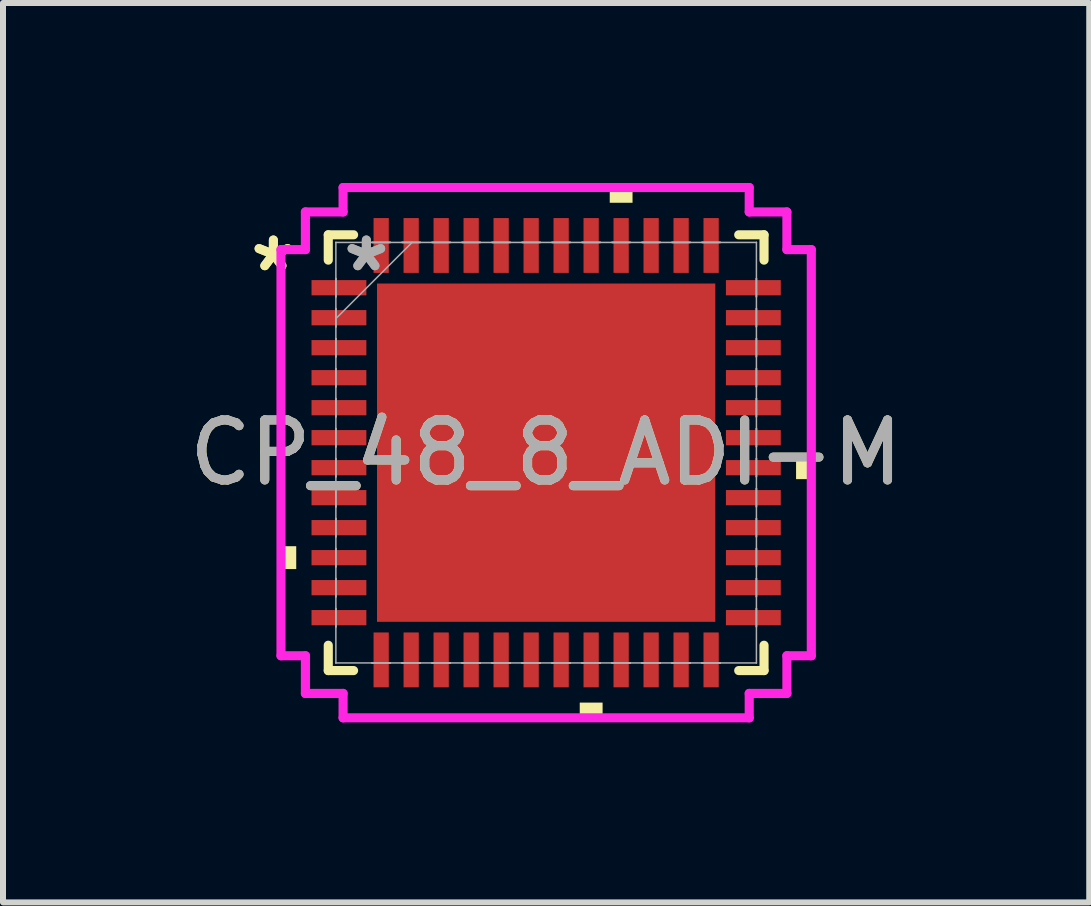
<source format=kicad_pcb>
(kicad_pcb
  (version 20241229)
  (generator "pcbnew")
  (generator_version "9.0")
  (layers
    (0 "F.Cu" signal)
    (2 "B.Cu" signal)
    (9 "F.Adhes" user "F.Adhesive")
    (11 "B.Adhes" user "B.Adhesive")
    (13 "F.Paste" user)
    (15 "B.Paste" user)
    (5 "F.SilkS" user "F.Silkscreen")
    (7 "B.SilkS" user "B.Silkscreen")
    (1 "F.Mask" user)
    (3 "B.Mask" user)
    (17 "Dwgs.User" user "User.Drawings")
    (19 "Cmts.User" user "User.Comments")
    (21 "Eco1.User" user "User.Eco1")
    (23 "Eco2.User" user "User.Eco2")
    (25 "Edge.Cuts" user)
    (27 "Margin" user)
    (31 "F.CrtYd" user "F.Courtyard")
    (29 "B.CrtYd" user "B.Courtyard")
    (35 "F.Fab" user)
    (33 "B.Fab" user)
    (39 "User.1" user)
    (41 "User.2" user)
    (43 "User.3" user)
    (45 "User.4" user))
  (footprint "CP_48_8_ADI-M"
    (layer "F.Cu")
    (at 6.054 4.496)
    (property "Reference" "CP_48_8_ADI-M" (at 0 0 0) (unlocked yes) (layer "F.SilkS") (effects (font (size 1 1) (thickness 0.15))))
    (attr smd)
    (fp_line (start -3.632 -3.632) (end -3.632 -3.21) (stroke (width 0.152) (type solid)) (layer "F.SilkS"))
    (fp_line (start -3.632 3.21) (end -3.632 3.632) (stroke (width 0.152) (type solid)) (layer "F.SilkS"))
    (fp_line (start -3.632 3.632) (end -3.21 3.632) (stroke (width 0.152) (type solid)) (layer "F.SilkS"))
    (fp_line (start -3.21 -3.632) (end -3.632 -3.632) (stroke (width 0.152) (type solid)) (layer "F.SilkS"))
    (fp_line (start 3.21 3.632) (end 3.632 3.632) (stroke (width 0.152) (type solid)) (layer "F.SilkS"))
    (fp_line (start 3.632 -3.632) (end 3.21 -3.632) (stroke (width 0.152) (type solid)) (layer "F.SilkS"))
    (fp_line (start 3.632 -3.21) (end 3.632 -3.632) (stroke (width 0.152) (type solid)) (layer "F.SilkS"))
    (fp_line (start 3.632 3.632) (end 3.632 3.21) (stroke (width 0.152) (type solid)) (layer "F.SilkS"))
    (fp_poly (pts (xy -4.42 1.559) (xy -4.42 1.94) (xy -4.166 1.94) (xy -4.166 1.559)) (stroke (width 0) (type solid)) (fill yes) (layer "F.SilkS"))
    (fp_poly (pts (xy 0.56 4.166) (xy 0.56 4.42) (xy 0.941 4.42) (xy 0.941 4.166)) (stroke (width 0) (type solid)) (fill yes) (layer "F.SilkS"))
    (fp_poly (pts (xy 1.06 -4.166) (xy 1.06 -4.42) (xy 1.44 -4.42) (xy 1.44 -4.166)) (stroke (width 0) (type solid)) (fill yes) (layer "F.SilkS"))
    (fp_poly (pts (xy 4.42 0.059) (xy 4.42 0.441) (xy 4.166 0.441) (xy 4.166 0.059)) (stroke (width 0) (type solid)) (fill yes) (layer "F.SilkS"))
    (fp_poly (pts (xy -2.719 -2.719) (xy -2.719 -1.51) (xy -1.51 -1.51) (xy -1.51 -2.719)) (stroke (width 0) (type solid)) (fill yes) (layer "F.Paste"))
    (fp_poly (pts (xy -2.719 -1.31) (xy -2.719 -0.1) (xy -1.51 -0.1) (xy -1.51 -1.31)) (stroke (width 0) (type solid)) (fill yes) (layer "F.Paste"))
    (fp_poly (pts (xy -2.719 0.1) (xy -2.719 1.31) (xy -1.51 1.31) (xy -1.51 0.1)) (stroke (width 0) (type solid)) (fill yes) (layer "F.Paste"))
    (fp_poly (pts (xy -2.719 1.51) (xy -2.719 2.719) (xy -1.51 2.719) (xy -1.51 1.51)) (stroke (width 0) (type solid)) (fill yes) (layer "F.Paste"))
    (fp_poly (pts (xy -1.31 -2.719) (xy -1.31 -1.51) (xy -0.1 -1.51) (xy -0.1 -2.719)) (stroke (width 0) (type solid)) (fill yes) (layer "F.Paste"))
    (fp_poly (pts (xy -1.31 -1.31) (xy -1.31 -0.1) (xy -0.1 -0.1) (xy -0.1 -1.31)) (stroke (width 0) (type solid)) (fill yes) (layer "F.Paste"))
    (fp_poly (pts (xy -1.31 0.1) (xy -1.31 1.31) (xy -0.1 1.31) (xy -0.1 0.1)) (stroke (width 0) (type solid)) (fill yes) (layer "F.Paste"))
    (fp_poly (pts (xy -1.31 1.51) (xy -1.31 2.719) (xy -0.1 2.719) (xy -0.1 1.51)) (stroke (width 0) (type solid)) (fill yes) (layer "F.Paste"))
    (fp_poly (pts (xy 0.1 -2.719) (xy 0.1 -1.51) (xy 1.31 -1.51) (xy 1.31 -2.719)) (stroke (width 0) (type solid)) (fill yes) (layer "F.Paste"))
    (fp_poly (pts (xy 0.1 -1.31) (xy 0.1 -0.1) (xy 1.31 -0.1) (xy 1.31 -1.31)) (stroke (width 0) (type solid)) (fill yes) (layer "F.Paste"))
    (fp_poly (pts (xy 0.1 0.1) (xy 0.1 1.31) (xy 1.31 1.31) (xy 1.31 0.1)) (stroke (width 0) (type solid)) (fill yes) (layer "F.Paste"))
    (fp_poly (pts (xy 0.1 1.51) (xy 0.1 2.719) (xy 1.31 2.719) (xy 1.31 1.51)) (stroke (width 0) (type solid)) (fill yes) (layer "F.Paste"))
    (fp_poly (pts (xy 1.51 -2.719) (xy 1.51 -1.51) (xy 2.719 -1.51) (xy 2.719 -2.719)) (stroke (width 0) (type solid)) (fill yes) (layer "F.Paste"))
    (fp_poly (pts (xy 1.51 -1.31) (xy 1.51 -0.1) (xy 2.719 -0.1) (xy 2.719 -1.31)) (stroke (width 0) (type solid)) (fill yes) (layer "F.Paste"))
    (fp_poly (pts (xy 1.51 0.1) (xy 1.51 1.31) (xy 2.719 1.31) (xy 2.719 0.1)) (stroke (width 0) (type solid)) (fill yes) (layer "F.Paste"))
    (fp_poly (pts (xy 1.51 1.51) (xy 1.51 2.719) (xy 2.719 2.719) (xy 2.719 1.51)) (stroke (width 0) (type solid)) (fill yes) (layer "F.Paste"))
    (fp_line (start -4.42 -3.385) (end -4.013 -3.385) (stroke (width 0.152) (type solid)) (layer "F.CrtYd"))
    (fp_line (start -4.42 3.385) (end -4.42 -3.385) (stroke (width 0.152) (type solid)) (layer "F.CrtYd"))
    (fp_line (start -4.013 -4.013) (end -3.385 -4.013) (stroke (width 0.152) (type solid)) (layer "F.CrtYd"))
    (fp_line (start -4.013 -3.385) (end -4.013 -4.013) (stroke (width 0.152) (type solid)) (layer "F.CrtYd"))
    (fp_line (start -4.013 3.385) (end -4.42 3.385) (stroke (width 0.152) (type solid)) (layer "F.CrtYd"))
    (fp_line (start -4.013 4.013) (end -4.013 3.385) (stroke (width 0.152) (type solid)) (layer "F.CrtYd"))
    (fp_line (start -3.385 -4.42) (end 3.385 -4.42) (stroke (width 0.152) (type solid)) (layer "F.CrtYd"))
    (fp_line (start -3.385 -4.013) (end -3.385 -4.42) (stroke (width 0.152) (type solid)) (layer "F.CrtYd"))
    (fp_line (start -3.385 4.013) (end -4.013 4.013) (stroke (width 0.152) (type solid)) (layer "F.CrtYd"))
    (fp_line (start -3.385 4.42) (end -3.385 4.013) (stroke (width 0.152) (type solid)) (layer "F.CrtYd"))
    (fp_line (start 3.385 -4.42) (end 3.385 -4.013) (stroke (width 0.152) (type solid)) (layer "F.CrtYd"))
    (fp_line (start 3.385 -4.013) (end 4.013 -4.013) (stroke (width 0.152) (type solid)) (layer "F.CrtYd"))
    (fp_line (start 3.385 4.013) (end 3.385 4.42) (stroke (width 0.152) (type solid)) (layer "F.CrtYd"))
    (fp_line (start 3.385 4.42) (end -3.385 4.42) (stroke (width 0.152) (type solid)) (layer "F.CrtYd"))
    (fp_line (start 4.013 -4.013) (end 4.013 -3.385) (stroke (width 0.152) (type solid)) (layer "F.CrtYd"))
    (fp_line (start 4.013 -3.385) (end 4.42 -3.385) (stroke (width 0.152) (type solid)) (layer "F.CrtYd"))
    (fp_line (start 4.013 3.385) (end 4.013 4.013) (stroke (width 0.152) (type solid)) (layer "F.CrtYd"))
    (fp_line (start 4.013 4.013) (end 3.385 4.013) (stroke (width 0.152) (type solid)) (layer "F.CrtYd"))
    (fp_line (start 4.42 -3.385) (end 4.42 3.385) (stroke (width 0.152) (type solid)) (layer "F.CrtYd"))
    (fp_line (start 4.42 3.385) (end 4.013 3.385) (stroke (width 0.152) (type solid)) (layer "F.CrtYd"))
    (fp_line (start -3.505 -3.505) (end -3.505 -3.505) (stroke (width 0.025) (type solid)) (layer "F.Fab"))
    (fp_line (start -3.505 -3.505) (end -3.505 3.505) (stroke (width 0.025) (type solid)) (layer "F.Fab"))
    (fp_line (start -3.505 -2.902) (end -3.505 -2.902) (stroke (width 0.025) (type solid)) (layer "F.Fab"))
    (fp_line (start -3.505 -2.902) (end -3.505 -2.598) (stroke (width 0.025) (type solid)) (layer "F.Fab"))
    (fp_line (start -3.505 -2.598) (end -3.505 -2.902) (stroke (width 0.025) (type solid)) (layer "F.Fab"))
    (fp_line (start -3.505 -2.598) (end -3.505 -2.598) (stroke (width 0.025) (type solid)) (layer "F.Fab"))
    (fp_line (start -3.505 -2.402) (end -3.505 -2.402) (stroke (width 0.025) (type solid)) (layer "F.Fab"))
    (fp_line (start -3.505 -2.402) (end -3.505 -2.098) (stroke (width 0.025) (type solid)) (layer "F.Fab"))
    (fp_line (start -3.505 -2.235) (end -2.235 -3.505) (stroke (width 0.025) (type solid)) (layer "F.Fab"))
    (fp_line (start -3.505 -2.098) (end -3.505 -2.402) (stroke (width 0.025) (type solid)) (layer "F.Fab"))
    (fp_line (start -3.505 -2.098) (end -3.505 -2.098) (stroke (width 0.025) (type solid)) (layer "F.Fab"))
    (fp_line (start -3.505 -1.902) (end -3.505 -1.902) (stroke (width 0.025) (type solid)) (layer "F.Fab"))
    (fp_line (start -3.505 -1.902) (end -3.505 -1.598) (stroke (width 0.025) (type solid)) (layer "F.Fab"))
    (fp_line (start -3.505 -1.598) (end -3.505 -1.902) (stroke (width 0.025) (type solid)) (layer "F.Fab"))
    (fp_line (start -3.505 -1.598) (end -3.505 -1.598) (stroke (width 0.025) (type solid)) (layer "F.Fab"))
    (fp_line (start -3.505 -1.402) (end -3.505 -1.402) (stroke (width 0.025) (type solid)) (layer "F.Fab"))
    (fp_line (start -3.505 -1.402) (end -3.505 -1.098) (stroke (width 0.025) (type solid)) (layer "F.Fab"))
    (fp_line (start -3.505 -1.098) (end -3.505 -1.402) (stroke (width 0.025) (type solid)) (layer "F.Fab"))
    (fp_line (start -3.505 -1.098) (end -3.505 -1.098) (stroke (width 0.025) (type solid)) (layer "F.Fab"))
    (fp_line (start -3.505 -0.902) (end -3.505 -0.902) (stroke (width 0.025) (type solid)) (layer "F.Fab"))
    (fp_line (start -3.505 -0.902) (end -3.505 -0.598) (stroke (width 0.025) (type solid)) (layer "F.Fab"))
    (fp_line (start -3.505 -0.598) (end -3.505 -0.902) (stroke (width 0.025) (type solid)) (layer "F.Fab"))
    (fp_line (start -3.505 -0.598) (end -3.505 -0.598) (stroke (width 0.025) (type solid)) (layer "F.Fab"))
    (fp_line (start -3.505 -0.402) (end -3.505 -0.402) (stroke (width 0.025) (type solid)) (layer "F.Fab"))
    (fp_line (start -3.505 -0.402) (end -3.505 -0.098) (stroke (width 0.025) (type solid)) (layer "F.Fab"))
    (fp_line (start -3.505 -0.098) (end -3.505 -0.402) (stroke (width 0.025) (type solid)) (layer "F.Fab"))
    (fp_line (start -3.505 -0.098) (end -3.505 -0.098) (stroke (width 0.025) (type solid)) (layer "F.Fab"))
    (fp_line (start -3.505 0.098) (end -3.505 0.098) (stroke (width 0.025) (type solid)) (layer "F.Fab"))
    (fp_line (start -3.505 0.098) (end -3.505 0.402) (stroke (width 0.025) (type solid)) (layer "F.Fab"))
    (fp_line (start -3.505 0.402) (end -3.505 0.098) (stroke (width 0.025) (type solid)) (layer "F.Fab"))
    (fp_line (start -3.505 0.402) (end -3.505 0.402) (stroke (width 0.025) (type solid)) (layer "F.Fab"))
    (fp_line (start -3.505 0.598) (end -3.505 0.598) (stroke (width 0.025) (type solid)) (layer "F.Fab"))
    (fp_line (start -3.505 0.598) (end -3.505 0.902) (stroke (width 0.025) (type solid)) (layer "F.Fab"))
    (fp_line (start -3.505 0.902) (end -3.505 0.598) (stroke (width 0.025) (type solid)) (layer "F.Fab"))
    (fp_line (start -3.505 0.902) (end -3.505 0.902) (stroke (width 0.025) (type solid)) (layer "F.Fab"))
    (fp_line (start -3.505 1.098) (end -3.505 1.098) (stroke (width 0.025) (type solid)) (layer "F.Fab"))
    (fp_line (start -3.505 1.098) (end -3.505 1.402) (stroke (width 0.025) (type solid)) (layer "F.Fab"))
    (fp_line (start -3.505 1.402) (end -3.505 1.098) (stroke (width 0.025) (type solid)) (layer "F.Fab"))
    (fp_line (start -3.505 1.402) (end -3.505 1.402) (stroke (width 0.025) (type solid)) (layer "F.Fab"))
    (fp_line (start -3.505 1.598) (end -3.505 1.598) (stroke (width 0.025) (type solid)) (layer "F.Fab"))
    (fp_line (start -3.505 1.598) (end -3.505 1.902) (stroke (width 0.025) (type solid)) (layer "F.Fab"))
    (fp_line (start -3.505 1.902) (end -3.505 1.598) (stroke (width 0.025) (type solid)) (layer "F.Fab"))
    (fp_line (start -3.505 1.902) (end -3.505 1.902) (stroke (width 0.025) (type solid)) (layer "F.Fab"))
    (fp_line (start -3.505 2.098) (end -3.505 2.098) (stroke (width 0.025) (type solid)) (layer "F.Fab"))
    (fp_line (start -3.505 2.098) (end -3.505 2.402) (stroke (width 0.025) (type solid)) (layer "F.Fab"))
    (fp_line (start -3.505 2.402) (end -3.505 2.098) (stroke (width 0.025) (type solid)) (layer "F.Fab"))
    (fp_line (start -3.505 2.402) (end -3.505 2.402) (stroke (width 0.025) (type solid)) (layer "F.Fab"))
    (fp_line (start -3.505 2.598) (end -3.505 2.598) (stroke (width 0.025) (type solid)) (layer "F.Fab"))
    (fp_line (start -3.505 2.598) (end -3.505 2.902) (stroke (width 0.025) (type solid)) (layer "F.Fab"))
    (fp_line (start -3.505 2.902) (end -3.505 2.598) (stroke (width 0.025) (type solid)) (layer "F.Fab"))
    (fp_line (start -3.505 2.902) (end -3.505 2.902) (stroke (width 0.025) (type solid)) (layer "F.Fab"))
    (fp_line (start -3.505 3.505) (end -3.505 3.505) (stroke (width 0.025) (type solid)) (layer "F.Fab"))
    (fp_line (start -3.505 3.505) (end 3.505 3.505) (stroke (width 0.025) (type solid)) (layer "F.Fab"))
    (fp_line (start -2.902 -3.505) (end -2.902 -3.505) (stroke (width 0.025) (type solid)) (layer "F.Fab"))
    (fp_line (start -2.902 -3.505) (end -2.598 -3.505) (stroke (width 0.025) (type solid)) (layer "F.Fab"))
    (fp_line (start -2.902 3.505) (end -2.902 3.505) (stroke (width 0.025) (type solid)) (layer "F.Fab"))
    (fp_line (start -2.902 3.505) (end -2.598 3.505) (stroke (width 0.025) (type solid)) (layer "F.Fab"))
    (fp_line (start -2.598 -3.505) (end -2.902 -3.505) (stroke (width 0.025) (type solid)) (layer "F.Fab"))
    (fp_line (start -2.598 -3.505) (end -2.598 -3.505) (stroke (width 0.025) (type solid)) (layer "F.Fab"))
    (fp_line (start -2.598 3.505) (end -2.902 3.505) (stroke (width 0.025) (type solid)) (layer "F.Fab"))
    (fp_line (start -2.598 3.505) (end -2.598 3.505) (stroke (width 0.025) (type solid)) (layer "F.Fab"))
    (fp_line (start -2.402 -3.505) (end -2.402 -3.505) (stroke (width 0.025) (type solid)) (layer "F.Fab"))
    (fp_line (start -2.402 -3.505) (end -2.098 -3.505) (stroke (width 0.025) (type solid)) (layer "F.Fab"))
    (fp_line (start -2.402 3.505) (end -2.402 3.505) (stroke (width 0.025) (type solid)) (layer "F.Fab"))
    (fp_line (start -2.402 3.505) (end -2.098 3.505) (stroke (width 0.025) (type solid)) (layer "F.Fab"))
    (fp_line (start -2.098 -3.505) (end -2.402 -3.505) (stroke (width 0.025) (type solid)) (layer "F.Fab"))
    (fp_line (start -2.098 -3.505) (end -2.098 -3.505) (stroke (width 0.025) (type solid)) (layer "F.Fab"))
    (fp_line (start -2.098 3.505) (end -2.402 3.505) (stroke (width 0.025) (type solid)) (layer "F.Fab"))
    (fp_line (start -2.098 3.505) (end -2.098 3.505) (stroke (width 0.025) (type solid)) (layer "F.Fab"))
    (fp_line (start -1.902 -3.505) (end -1.902 -3.505) (stroke (width 0.025) (type solid)) (layer "F.Fab"))
    (fp_line (start -1.902 -3.505) (end -1.598 -3.505) (stroke (width 0.025) (type solid)) (layer "F.Fab"))
    (fp_line (start -1.902 3.505) (end -1.902 3.505) (stroke (width 0.025) (type solid)) (layer "F.Fab"))
    (fp_line (start -1.902 3.505) (end -1.598 3.505) (stroke (width 0.025) (type solid)) (layer "F.Fab"))
    (fp_line (start -1.598 -3.505) (end -1.902 -3.505) (stroke (width 0.025) (type solid)) (layer "F.Fab"))
    (fp_line (start -1.598 -3.505) (end -1.598 -3.505) (stroke (width 0.025) (type solid)) (layer "F.Fab"))
    (fp_line (start -1.598 3.505) (end -1.902 3.505) (stroke (width 0.025) (type solid)) (layer "F.Fab"))
    (fp_line (start -1.598 3.505) (end -1.598 3.505) (stroke (width 0.025) (type solid)) (layer "F.Fab"))
    (fp_line (start -1.402 -3.505) (end -1.402 -3.505) (stroke (width 0.025) (type solid)) (layer "F.Fab"))
    (fp_line (start -1.402 -3.505) (end -1.098 -3.505) (stroke (width 0.025) (type solid)) (layer "F.Fab"))
    (fp_line (start -1.402 3.505) (end -1.402 3.505) (stroke (width 0.025) (type solid)) (layer "F.Fab"))
    (fp_line (start -1.402 3.505) (end -1.098 3.505) (stroke (width 0.025) (type solid)) (layer "F.Fab"))
    (fp_line (start -1.098 -3.505) (end -1.402 -3.505) (stroke (width 0.025) (type solid)) (layer "F.Fab"))
    (fp_line (start -1.098 -3.505) (end -1.098 -3.505) (stroke (width 0.025) (type solid)) (layer "F.Fab"))
    (fp_line (start -1.098 3.505) (end -1.402 3.505) (stroke (width 0.025) (type solid)) (layer "F.Fab"))
    (fp_line (start -1.098 3.505) (end -1.098 3.505) (stroke (width 0.025) (type solid)) (layer "F.Fab"))
    (fp_line (start -0.902 -3.505) (end -0.902 -3.505) (stroke (width 0.025) (type solid)) (layer "F.Fab"))
    (fp_line (start -0.902 -3.505) (end -0.598 -3.505) (stroke (width 0.025) (type solid)) (layer "F.Fab"))
    (fp_line (start -0.902 3.505) (end -0.902 3.505) (stroke (width 0.025) (type solid)) (layer "F.Fab"))
    (fp_line (start -0.902 3.505) (end -0.598 3.505) (stroke (width 0.025) (type solid)) (layer "F.Fab"))
    (fp_line (start -0.598 -3.505) (end -0.902 -3.505) (stroke (width 0.025) (type solid)) (layer "F.Fab"))
    (fp_line (start -0.598 -3.505) (end -0.598 -3.505) (stroke (width 0.025) (type solid)) (layer "F.Fab"))
    (fp_line (start -0.598 3.505) (end -0.902 3.505) (stroke (width 0.025) (type solid)) (layer "F.Fab"))
    (fp_line (start -0.598 3.505) (end -0.598 3.505) (stroke (width 0.025) (type solid)) (layer "F.Fab"))
    (fp_line (start -0.402 -3.505) (end -0.402 -3.505) (stroke (width 0.025) (type solid)) (layer "F.Fab"))
    (fp_line (start -0.402 -3.505) (end -0.098 -3.505) (stroke (width 0.025) (type solid)) (layer "F.Fab"))
    (fp_line (start -0.402 3.505) (end -0.402 3.505) (stroke (width 0.025) (type solid)) (layer "F.Fab"))
    (fp_line (start -0.402 3.505) (end -0.098 3.505) (stroke (width 0.025) (type solid)) (layer "F.Fab"))
    (fp_line (start -0.098 -3.505) (end -0.402 -3.505) (stroke (width 0.025) (type solid)) (layer "F.Fab"))
    (fp_line (start -0.098 -3.505) (end -0.098 -3.505) (stroke (width 0.025) (type solid)) (layer "F.Fab"))
    (fp_line (start -0.098 3.505) (end -0.402 3.505) (stroke (width 0.025) (type solid)) (layer "F.Fab"))
    (fp_line (start -0.098 3.505) (end -0.098 3.505) (stroke (width 0.025) (type solid)) (layer "F.Fab"))
    (fp_line (start 0.098 -3.505) (end 0.098 -3.505) (stroke (width 0.025) (type solid)) (layer "F.Fab"))
    (fp_line (start 0.098 -3.505) (end 0.402 -3.505) (stroke (width 0.025) (type solid)) (layer "F.Fab"))
    (fp_line (start 0.098 3.505) (end 0.098 3.505) (stroke (width 0.025) (type solid)) (layer "F.Fab"))
    (fp_line (start 0.098 3.505) (end 0.402 3.505) (stroke (width 0.025) (type solid)) (layer "F.Fab"))
    (fp_line (start 0.402 -3.505) (end 0.098 -3.505) (stroke (width 0.025) (type solid)) (layer "F.Fab"))
    (fp_line (start 0.402 -3.505) (end 0.402 -3.505) (stroke (width 0.025) (type solid)) (layer "F.Fab"))
    (fp_line (start 0.402 3.505) (end 0.098 3.505) (stroke (width 0.025) (type solid)) (layer "F.Fab"))
    (fp_line (start 0.402 3.505) (end 0.402 3.505) (stroke (width 0.025) (type solid)) (layer "F.Fab"))
    (fp_line (start 0.598 -3.505) (end 0.598 -3.505) (stroke (width 0.025) (type solid)) (layer "F.Fab"))
    (fp_line (start 0.598 -3.505) (end 0.902 -3.505) (stroke (width 0.025) (type solid)) (layer "F.Fab"))
    (fp_line (start 0.598 3.505) (end 0.598 3.505) (stroke (width 0.025) (type solid)) (layer "F.Fab"))
    (fp_line (start 0.598 3.505) (end 0.902 3.505) (stroke (width 0.025) (type solid)) (layer "F.Fab"))
    (fp_line (start 0.902 -3.505) (end 0.598 -3.505) (stroke (width 0.025) (type solid)) (layer "F.Fab"))
    (fp_line (start 0.902 -3.505) (end 0.902 -3.505) (stroke (width 0.025) (type solid)) (layer "F.Fab"))
    (fp_line (start 0.902 3.505) (end 0.598 3.505) (stroke (width 0.025) (type solid)) (layer "F.Fab"))
    (fp_line (start 0.902 3.505) (end 0.902 3.505) (stroke (width 0.025) (type solid)) (layer "F.Fab"))
    (fp_line (start 1.098 -3.505) (end 1.098 -3.505) (stroke (width 0.025) (type solid)) (layer "F.Fab"))
    (fp_line (start 1.098 -3.505) (end 1.402 -3.505) (stroke (width 0.025) (type solid)) (layer "F.Fab"))
    (fp_line (start 1.098 3.505) (end 1.098 3.505) (stroke (width 0.025) (type solid)) (layer "F.Fab"))
    (fp_line (start 1.098 3.505) (end 1.402 3.505) (stroke (width 0.025) (type solid)) (layer "F.Fab"))
    (fp_line (start 1.402 -3.505) (end 1.098 -3.505) (stroke (width 0.025) (type solid)) (layer "F.Fab"))
    (fp_line (start 1.402 -3.505) (end 1.402 -3.505) (stroke (width 0.025) (type solid)) (layer "F.Fab"))
    (fp_line (start 1.402 3.505) (end 1.098 3.505) (stroke (width 0.025) (type solid)) (layer "F.Fab"))
    (fp_line (start 1.402 3.505) (end 1.402 3.505) (stroke (width 0.025) (type solid)) (layer "F.Fab"))
    (fp_line (start 1.598 -3.505) (end 1.598 -3.505) (stroke (width 0.025) (type solid)) (layer "F.Fab"))
    (fp_line (start 1.598 -3.505) (end 1.902 -3.505) (stroke (width 0.025) (type solid)) (layer "F.Fab"))
    (fp_line (start 1.598 3.505) (end 1.598 3.505) (stroke (width 0.025) (type solid)) (layer "F.Fab"))
    (fp_line (start 1.598 3.505) (end 1.902 3.505) (stroke (width 0.025) (type solid)) (layer "F.Fab"))
    (fp_line (start 1.902 -3.505) (end 1.598 -3.505) (stroke (width 0.025) (type solid)) (layer "F.Fab"))
    (fp_line (start 1.902 -3.505) (end 1.902 -3.505) (stroke (width 0.025) (type solid)) (layer "F.Fab"))
    (fp_line (start 1.902 3.505) (end 1.598 3.505) (stroke (width 0.025) (type solid)) (layer "F.Fab"))
    (fp_line (start 1.902 3.505) (end 1.902 3.505) (stroke (width 0.025) (type solid)) (layer "F.Fab"))
    (fp_line (start 2.098 -3.505) (end 2.098 -3.505) (stroke (width 0.025) (type solid)) (layer "F.Fab"))
    (fp_line (start 2.098 -3.505) (end 2.402 -3.505) (stroke (width 0.025) (type solid)) (layer "F.Fab"))
    (fp_line (start 2.098 3.505) (end 2.098 3.505) (stroke (width 0.025) (type solid)) (layer "F.Fab"))
    (fp_line (start 2.098 3.505) (end 2.402 3.505) (stroke (width 0.025) (type solid)) (layer "F.Fab"))
    (fp_line (start 2.402 -3.505) (end 2.098 -3.505) (stroke (width 0.025) (type solid)) (layer "F.Fab"))
    (fp_line (start 2.402 -3.505) (end 2.402 -3.505) (stroke (width 0.025) (type solid)) (layer "F.Fab"))
    (fp_line (start 2.402 3.505) (end 2.098 3.505) (stroke (width 0.025) (type solid)) (layer "F.Fab"))
    (fp_line (start 2.402 3.505) (end 2.402 3.505) (stroke (width 0.025) (type solid)) (layer "F.Fab"))
    (fp_line (start 2.598 -3.505) (end 2.598 -3.505) (stroke (width 0.025) (type solid)) (layer "F.Fab"))
    (fp_line (start 2.598 -3.505) (end 2.902 -3.505) (stroke (width 0.025) (type solid)) (layer "F.Fab"))
    (fp_line (start 2.598 3.505) (end 2.598 3.505) (stroke (width 0.025) (type solid)) (layer "F.Fab"))
    (fp_line (start 2.598 3.505) (end 2.902 3.505) (stroke (width 0.025) (type solid)) (layer "F.Fab"))
    (fp_line (start 2.902 -3.505) (end 2.598 -3.505) (stroke (width 0.025) (type solid)) (layer "F.Fab"))
    (fp_line (start 2.902 -3.505) (end 2.902 -3.505) (stroke (width 0.025) (type solid)) (layer "F.Fab"))
    (fp_line (start 2.902 3.505) (end 2.598 3.505) (stroke (width 0.025) (type solid)) (layer "F.Fab"))
    (fp_line (start 2.902 3.505) (end 2.902 3.505) (stroke (width 0.025) (type solid)) (layer "F.Fab"))
    (fp_line (start 3.505 -3.505) (end -3.505 -3.505) (stroke (width 0.025) (type solid)) (layer "F.Fab"))
    (fp_line (start 3.505 -3.505) (end 3.505 -3.505) (stroke (width 0.025) (type solid)) (layer "F.Fab"))
    (fp_line (start 3.505 -2.902) (end 3.505 -2.902) (stroke (width 0.025) (type solid)) (layer "F.Fab"))
    (fp_line (start 3.505 -2.902) (end 3.505 -2.598) (stroke (width 0.025) (type solid)) (layer "F.Fab"))
    (fp_line (start 3.505 -2.598) (end 3.505 -2.902) (stroke (width 0.025) (type solid)) (layer "F.Fab"))
    (fp_line (start 3.505 -2.598) (end 3.505 -2.598) (stroke (width 0.025) (type solid)) (layer "F.Fab"))
    (fp_line (start 3.505 -2.402) (end 3.505 -2.402) (stroke (width 0.025) (type solid)) (layer "F.Fab"))
    (fp_line (start 3.505 -2.402) (end 3.505 -2.098) (stroke (width 0.025) (type solid)) (layer "F.Fab"))
    (fp_line (start 3.505 -2.098) (end 3.505 -2.402) (stroke (width 0.025) (type solid)) (layer "F.Fab"))
    (fp_line (start 3.505 -2.098) (end 3.505 -2.098) (stroke (width 0.025) (type solid)) (layer "F.Fab"))
    (fp_line (start 3.505 -1.902) (end 3.505 -1.902) (stroke (width 0.025) (type solid)) (layer "F.Fab"))
    (fp_line (start 3.505 -1.902) (end 3.505 -1.598) (stroke (width 0.025) (type solid)) (layer "F.Fab"))
    (fp_line (start 3.505 -1.598) (end 3.505 -1.902) (stroke (width 0.025) (type solid)) (layer "F.Fab"))
    (fp_line (start 3.505 -1.598) (end 3.505 -1.598) (stroke (width 0.025) (type solid)) (layer "F.Fab"))
    (fp_line (start 3.505 -1.402) (end 3.505 -1.402) (stroke (width 0.025) (type solid)) (layer "F.Fab"))
    (fp_line (start 3.505 -1.402) (end 3.505 -1.098) (stroke (width 0.025) (type solid)) (layer "F.Fab"))
    (fp_line (start 3.505 -1.098) (end 3.505 -1.402) (stroke (width 0.025) (type solid)) (layer "F.Fab"))
    (fp_line (start 3.505 -1.098) (end 3.505 -1.098) (stroke (width 0.025) (type solid)) (layer "F.Fab"))
    (fp_line (start 3.505 -0.902) (end 3.505 -0.902) (stroke (width 0.025) (type solid)) (layer "F.Fab"))
    (fp_line (start 3.505 -0.902) (end 3.505 -0.598) (stroke (width 0.025) (type solid)) (layer "F.Fab"))
    (fp_line (start 3.505 -0.598) (end 3.505 -0.902) (stroke (width 0.025) (type solid)) (layer "F.Fab"))
    (fp_line (start 3.505 -0.598) (end 3.505 -0.598) (stroke (width 0.025) (type solid)) (layer "F.Fab"))
    (fp_line (start 3.505 -0.402) (end 3.505 -0.402) (stroke (width 0.025) (type solid)) (layer "F.Fab"))
    (fp_line (start 3.505 -0.402) (end 3.505 -0.098) (stroke (width 0.025) (type solid)) (layer "F.Fab"))
    (fp_line (start 3.505 -0.098) (end 3.505 -0.402) (stroke (width 0.025) (type solid)) (layer "F.Fab"))
    (fp_line (start 3.505 -0.098) (end 3.505 -0.098) (stroke (width 0.025) (type solid)) (layer "F.Fab"))
    (fp_line (start 3.505 0.098) (end 3.505 0.098) (stroke (width 0.025) (type solid)) (layer "F.Fab"))
    (fp_line (start 3.505 0.098) (end 3.505 0.402) (stroke (width 0.025) (type solid)) (layer "F.Fab"))
    (fp_line (start 3.505 0.402) (end 3.505 0.098) (stroke (width 0.025) (type solid)) (layer "F.Fab"))
    (fp_line (start 3.505 0.402) (end 3.505 0.402) (stroke (width 0.025) (type solid)) (layer "F.Fab"))
    (fp_line (start 3.505 0.598) (end 3.505 0.598) (stroke (width 0.025) (type solid)) (layer "F.Fab"))
    (fp_line (start 3.505 0.598) (end 3.505 0.902) (stroke (width 0.025) (type solid)) (layer "F.Fab"))
    (fp_line (start 3.505 0.902) (end 3.505 0.598) (stroke (width 0.025) (type solid)) (layer "F.Fab"))
    (fp_line (start 3.505 0.902) (end 3.505 0.902) (stroke (width 0.025) (type solid)) (layer "F.Fab"))
    (fp_line (start 3.505 1.098) (end 3.505 1.098) (stroke (width 0.025) (type solid)) (layer "F.Fab"))
    (fp_line (start 3.505 1.098) (end 3.505 1.402) (stroke (width 0.025) (type solid)) (layer "F.Fab"))
    (fp_line (start 3.505 1.402) (end 3.505 1.098) (stroke (width 0.025) (type solid)) (layer "F.Fab"))
    (fp_line (start 3.505 1.402) (end 3.505 1.402) (stroke (width 0.025) (type solid)) (layer "F.Fab"))
    (fp_line (start 3.505 1.598) (end 3.505 1.598) (stroke (width 0.025) (type solid)) (layer "F.Fab"))
    (fp_line (start 3.505 1.598) (end 3.505 1.902) (stroke (width 0.025) (type solid)) (layer "F.Fab"))
    (fp_line (start 3.505 1.902) (end 3.505 1.598) (stroke (width 0.025) (type solid)) (layer "F.Fab"))
    (fp_line (start 3.505 1.902) (end 3.505 1.902) (stroke (width 0.025) (type solid)) (layer "F.Fab"))
    (fp_line (start 3.505 2.098) (end 3.505 2.098) (stroke (width 0.025) (type solid)) (layer "F.Fab"))
    (fp_line (start 3.505 2.098) (end 3.505 2.402) (stroke (width 0.025) (type solid)) (layer "F.Fab"))
    (fp_line (start 3.505 2.402) (end 3.505 2.098) (stroke (width 0.025) (type solid)) (layer "F.Fab"))
    (fp_line (start 3.505 2.402) (end 3.505 2.402) (stroke (width 0.025) (type solid)) (layer "F.Fab"))
    (fp_line (start 3.505 2.598) (end 3.505 2.598) (stroke (width 0.025) (type solid)) (layer "F.Fab"))
    (fp_line (start 3.505 2.598) (end 3.505 2.902) (stroke (width 0.025) (type solid)) (layer "F.Fab"))
    (fp_line (start 3.505 2.902) (end 3.505 2.598) (stroke (width 0.025) (type solid)) (layer "F.Fab"))
    (fp_line (start 3.505 2.902) (end 3.505 2.902) (stroke (width 0.025) (type solid)) (layer "F.Fab"))
    (fp_line (start 3.505 3.505) (end 3.505 -3.505) (stroke (width 0.025) (type solid)) (layer "F.Fab"))
    (fp_line (start 3.505 3.505) (end 3.505 3.505) (stroke (width 0.025) (type solid)) (layer "F.Fab"))
    (fp_text user "*" (at -4.547 -3 0) (layer "F.SilkS") (effects (font (size 1 1) (thickness 0.15))))
    (fp_text user "*" (at -4.547 -3 0) (unlocked yes) (layer "F.SilkS") (effects (font (size 1 1) (thickness 0.15))))
    (fp_text user "${REFERENCE}" (at 0 0 0) (unlocked yes) (layer "F.Fab") (effects (font (size 1 1) (thickness 0.15))))
    (fp_text user "*" (at -2.997 -3 0) (unlocked yes) (layer "F.Fab") (effects (font (size 1 1) (thickness 0.15))))
    (fp_text user "*" (at -2.997 -3 0) (layer "F.Fab") (effects (font (size 1 1) (thickness 0.15))))
    (pad "1" smd rect (at -3.454 -2.75 90) (size 0.254 0.914) (layers "F.Cu" "F.Mask" "F.Paste"))
    (pad "2" smd rect (at -3.454 -2.25 90) (size 0.254 0.914) (layers "F.Cu" "F.Mask" "F.Paste"))
    (pad "3" smd rect (at -3.454 -1.75 90) (size 0.254 0.914) (layers "F.Cu" "F.Mask" "F.Paste"))
    (pad "4" smd rect (at -3.454 -1.25 90) (size 0.254 0.914) (layers "F.Cu" "F.Mask" "F.Paste"))
    (pad "5" smd rect (at -3.454 -0.75 90) (size 0.254 0.914) (layers "F.Cu" "F.Mask" "F.Paste"))
    (pad "6" smd rect (at -3.454 -0.25 90) (size 0.254 0.914) (layers "F.Cu" "F.Mask" "F.Paste"))
    (pad "7" smd rect (at -3.454 0.25 90) (size 0.254 0.914) (layers "F.Cu" "F.Mask" "F.Paste"))
    (pad "8" smd rect (at -3.454 0.75 90) (size 0.254 0.914) (layers "F.Cu" "F.Mask" "F.Paste"))
    (pad "9" smd rect (at -3.454 1.25 90) (size 0.254 0.914) (layers "F.Cu" "F.Mask" "F.Paste"))
    (pad "10" smd rect (at -3.454 1.75 90) (size 0.254 0.914) (layers "F.Cu" "F.Mask" "F.Paste"))
    (pad "11" smd rect (at -3.454 2.25 90) (size 0.254 0.914) (layers "F.Cu" "F.Mask" "F.Paste"))
    (pad "12" smd rect (at -3.454 2.75 90) (size 0.254 0.914) (layers "F.Cu" "F.Mask" "F.Paste"))
    (pad "13" smd rect (at -2.75 3.454) (size 0.254 0.914) (layers "F.Cu" "F.Mask" "F.Paste"))
    (pad "14" smd rect (at -2.25 3.454) (size 0.254 0.914) (layers "F.Cu" "F.Mask" "F.Paste"))
    (pad "15" smd rect (at -1.75 3.454) (size 0.254 0.914) (layers "F.Cu" "F.Mask" "F.Paste"))
    (pad "16" smd rect (at -1.25 3.454) (size 0.254 0.914) (layers "F.Cu" "F.Mask" "F.Paste"))
    (pad "17" smd rect (at -0.75 3.454) (size 0.254 0.914) (layers "F.Cu" "F.Mask" "F.Paste"))
    (pad "18" smd rect (at -0.25 3.454) (size 0.254 0.914) (layers "F.Cu" "F.Mask" "F.Paste"))
    (pad "19" smd rect (at 0.25 3.454) (size 0.254 0.914) (layers "F.Cu" "F.Mask" "F.Paste"))
    (pad "20" smd rect (at 0.75 3.454) (size 0.254 0.914) (layers "F.Cu" "F.Mask" "F.Paste"))
    (pad "21" smd rect (at 1.25 3.454) (size 0.254 0.914) (layers "F.Cu" "F.Mask" "F.Paste"))
    (pad "22" smd rect (at 1.75 3.454) (size 0.254 0.914) (layers "F.Cu" "F.Mask" "F.Paste"))
    (pad "23" smd rect (at 2.25 3.454) (size 0.254 0.914) (layers "F.Cu" "F.Mask" "F.Paste"))
    (pad "24" smd rect (at 2.75 3.454) (size 0.254 0.914) (layers "F.Cu" "F.Mask" "F.Paste"))
    (pad "25" smd rect (at 3.454 2.75 90) (size 0.254 0.914) (layers "F.Cu" "F.Mask" "F.Paste"))
    (pad "26" smd rect (at 3.454 2.25 90) (size 0.254 0.914) (layers "F.Cu" "F.Mask" "F.Paste"))
    (pad "27" smd rect (at 3.454 1.75 90) (size 0.254 0.914) (layers "F.Cu" "F.Mask" "F.Paste"))
    (pad "28" smd rect (at 3.454 1.25 90) (size 0.254 0.914) (layers "F.Cu" "F.Mask" "F.Paste"))
    (pad "29" smd rect (at 3.454 0.75 90) (size 0.254 0.914) (layers "F.Cu" "F.Mask" "F.Paste"))
    (pad "30" smd rect (at 3.454 0.25 90) (size 0.254 0.914) (layers "F.Cu" "F.Mask" "F.Paste"))
    (pad "31" smd rect (at 3.454 -0.25 90) (size 0.254 0.914) (layers "F.Cu" "F.Mask" "F.Paste"))
    (pad "32" smd rect (at 3.454 -0.75 90) (size 0.254 0.914) (layers "F.Cu" "F.Mask" "F.Paste"))
    (pad "33" smd rect (at 3.454 -1.25 90) (size 0.254 0.914) (layers "F.Cu" "F.Mask" "F.Paste"))
    (pad "34" smd rect (at 3.454 -1.75 90) (size 0.254 0.914) (layers "F.Cu" "F.Mask" "F.Paste"))
    (pad "35" smd rect (at 3.454 -2.25 90) (size 0.254 0.914) (layers "F.Cu" "F.Mask" "F.Paste"))
    (pad "36" smd rect (at 3.454 -2.75 90) (size 0.254 0.914) (layers "F.Cu" "F.Mask" "F.Paste"))
    (pad "37" smd rect (at 2.75 -3.454) (size 0.254 0.914) (layers "F.Cu" "F.Mask" "F.Paste"))
    (pad "38" smd rect (at 2.25 -3.454) (size 0.254 0.914) (layers "F.Cu" "F.Mask" "F.Paste"))
    (pad "39" smd rect (at 1.75 -3.454) (size 0.254 0.914) (layers "F.Cu" "F.Mask" "F.Paste"))
    (pad "40" smd rect (at 1.25 -3.454) (size 0.254 0.914) (layers "F.Cu" "F.Mask" "F.Paste"))
    (pad "41" smd rect (at 0.75 -3.454) (size 0.254 0.914) (layers "F.Cu" "F.Mask" "F.Paste"))
    (pad "42" smd rect (at 0.25 -3.454) (size 0.254 0.914) (layers "F.Cu" "F.Mask" "F.Paste"))
    (pad "43" smd rect (at -0.25 -3.454) (size 0.254 0.914) (layers "F.Cu" "F.Mask" "F.Paste"))
    (pad "44" smd rect (at -0.75 -3.454) (size 0.254 0.914) (layers "F.Cu" "F.Mask" "F.Paste"))
    (pad "45" smd rect (at -1.25 -3.454) (size 0.254 0.914) (layers "F.Cu" "F.Mask" "F.Paste"))
    (pad "46" smd rect (at -1.75 -3.454) (size 0.254 0.914) (layers "F.Cu" "F.Mask" "F.Paste"))
    (pad "47" smd rect (at -2.25 -3.454) (size 0.254 0.914) (layers "F.Cu" "F.Mask" "F.Paste"))
    (pad "48" smd rect (at -2.75 -3.454) (size 0.254 0.914) (layers "F.Cu" "F.Mask" "F.Paste"))
    (pad "49" smd rect (at 0 0) (size 5.639 5.639) (layers "F.Cu" "F.Mask" "F.Paste")))
  (gr_rect
    (start -3 -3)
    (end 15.107 11.992)
    (stroke (width 0.1) (type default))
    (fill no)
    (layer "Edge.Cuts")))
</source>
